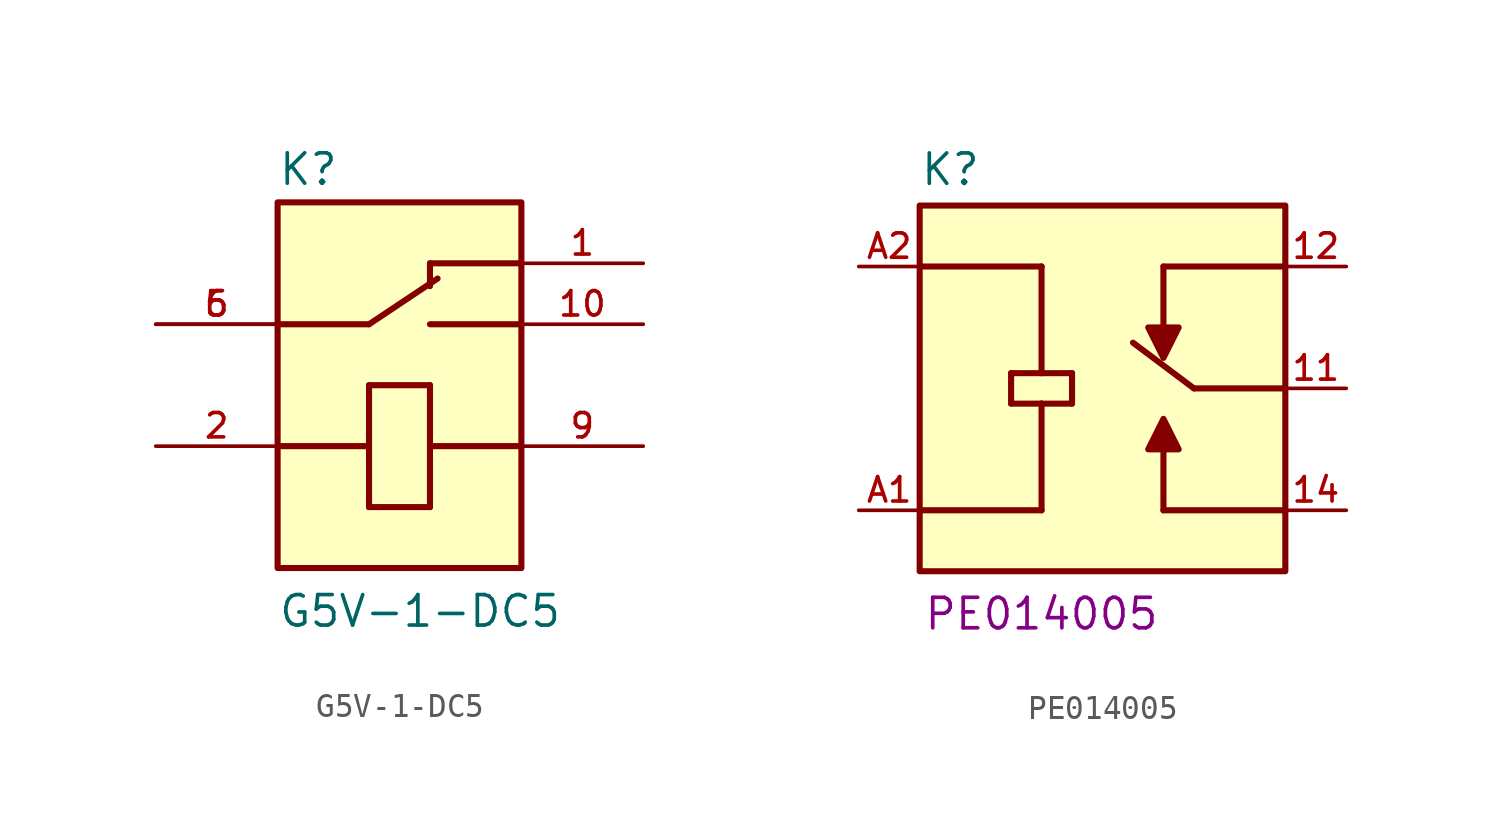
<source format=kicad_sym>
(kicad_symbol_lib
  (version 20241209)
  (generator "kicad_symbol_editor")
  (generator_version "9.0")
  (symbol "G5V-1-DC5"
    (pin_names
      (offset 1.016))
    (property "Reference" "K"
      (at -5.08 8.255 0)
      (effects (font (size 1.27 1.27)) (justify left bottom)))
    (property "Value" "G5V-1-DC5"
      (at -5.08 -10.16 0)
      (effects (font (size 1.27 1.27)) (justify left bottom)))
    (symbol "G5V-1-DC5_0_0"
      (polyline (pts (xy -5.08 2.54) (xy -1.27 2.54)) (stroke (width 0.254) (type default)) (fill (type none)))
      (polyline (pts (xy -5.08 -2.54) (xy -1.27 -2.54)) (stroke (width 0.254) (type default)) (fill (type none)))
      (rectangle (start -5.08 -7.62) (end 5.08 7.62) (stroke (width 0.254) (type default)) (fill (type background)))
      (polyline (pts (xy -1.27 2.54) (xy 1.587 4.445)) (stroke (width 0.254) (type default)) (fill (type none)))
      (polyline (pts (xy -1.27 0) (xy -1.27 -5.08)) (stroke (width 0.254) (type default)) (fill (type none)))
      (polyline (pts (xy -1.27 -5.08) (xy 1.27 -5.08)) (stroke (width 0.254) (type default)) (fill (type none)))
      (polyline (pts (xy 1.27 5.08) (xy 1.27 4.128)) (stroke (width 0.254) (type default)) (fill (type none)))
      (polyline (pts (xy 1.27 2.54) (xy 5.08 2.54)) (stroke (width 0.254) (type default)) (fill (type none)))
      (polyline (pts (xy 1.27 0) (xy -1.27 0)) (stroke (width 0.254) (type default)) (fill (type none)))
      (polyline (pts (xy 1.27 -2.54) (xy 1.27 0)) (stroke (width 0.254) (type default)) (fill (type none)))
      (polyline (pts (xy 1.27 -2.54) (xy 5.08 -2.54)) (stroke (width 0.254) (type default)) (fill (type none)))
      (polyline (pts (xy 1.27 -5.08) (xy 1.27 -2.54)) (stroke (width 0.254) (type default)) (fill (type none)))
      (polyline (pts (xy 5.08 5.08) (xy 1.27 5.08)) (stroke (width 0.254) (type default)) (fill (type none)))
      (pin passive line (at -10.16 2.54 0) (length 5.08) (name "~" (effects (font (size 1.016 1.016)))) (number "5" (effects (font (size 1.016 1.016)))))
      (pin passive line (at -10.16 2.54 0) (length 5.08) (name "~" (effects (font (size 1.016 1.016)))) (number "6" (effects (font (size 1.016 1.016)))))
      (pin passive line (at -10.16 -2.54 0) (length 5.08) (name "~" (effects (font (size 1.016 1.016)))) (number "2" (effects (font (size 1.016 1.016)))))
      (pin passive line (at 10.16 5.08 180) (length 5.08) (name "~" (effects (font (size 1.016 1.016)))) (number "1" (effects (font (size 1.016 1.016)))))
      (pin passive line (at 10.16 2.54 180) (length 5.08) (name "~" (effects (font (size 1.016 1.016)))) (number "10" (effects (font (size 1.016 1.016)))))
      (pin passive line (at 10.16 -2.54 180) (length 5.08) (name "~" (effects (font (size 1.016 1.016)))) (number "9" (effects (font (size 1.016 1.016)))))))
  (symbol "PE014005"
    (pin_names
      (offset 1.016))
    (property "Reference" "K"
      (at -7.62 8.382 0)
      (effects (font (size 1.27 1.27)) (justify left bottom)))
    (property "PartNumber" "PE014005"
      (at -2.54 -9.398 0)
      (effects (font (size 1.27 1.27))))
    (symbol "PE014005_0_0"
      (polyline (pts (xy -7.62 5.08) (xy -2.54 5.08)) (stroke (width 0.254) (type default)) (fill (type none)))
      (polyline (pts (xy -7.62 -5.08) (xy -2.54 -5.08)) (stroke (width 0.254) (type default)) (fill (type none)))
      (rectangle (start -7.62 -7.62) (end 7.62 7.62) (stroke (width 0.254) (type default)) (fill (type background)))
      (polyline (pts (xy -3.81 0.635) (xy -2.54 0.635)) (stroke (width 0.254) (type default)) (fill (type none)))
      (polyline (pts (xy -3.81 -0.635) (xy -3.81 0.635)) (stroke (width 0.254) (type default)) (fill (type none)))
      (polyline (pts (xy -2.54 5.08) (xy -2.54 0.635)) (stroke (width 0.254) (type default)) (fill (type none)))
      (polyline (pts (xy -2.54 0.635) (xy -1.27 0.635)) (stroke (width 0.254) (type default)) (fill (type none)))
      (polyline (pts (xy -2.54 -0.635) (xy -3.81 -0.635)) (stroke (width 0.254) (type default)) (fill (type none)))
      (polyline (pts (xy -2.54 -0.635) (xy -2.54 -5.08)) (stroke (width 0.254) (type default)) (fill (type none)))
      (polyline (pts (xy -1.27 0.635) (xy -1.27 -0.635)) (stroke (width 0.254) (type default)) (fill (type none)))
      (polyline (pts (xy -1.27 -0.635) (xy -2.54 -0.635)) (stroke (width 0.254) (type default)) (fill (type none)))
      (polyline (pts (xy 1.905 -2.54) (xy 3.175 -2.54) (xy 2.54 -1.27) (xy 1.905 -2.54)) (stroke (width 0.254) (type default)) (fill (type outline)))
      (polyline (pts (xy 2.54 5.08) (xy 2.54 2.54)) (stroke (width 0.254) (type default)) (fill (type none)))
      (polyline (pts (xy 2.54 5.08) (xy 7.62 5.08)) (stroke (width 0.254) (type default)) (fill (type none)))
      (polyline (pts (xy 2.54 -5.08) (xy 2.54 -2.54)) (stroke (width 0.254) (type default)) (fill (type none)))
      (polyline (pts (xy 3.175 2.54) (xy 1.905 2.54) (xy 2.54 1.27) (xy 3.175 2.54)) (stroke (width 0.254) (type default)) (fill (type outline)))
      (polyline (pts (xy 3.81 0) (xy 1.27 1.905)) (stroke (width 0.254) (type default)) (fill (type none)))
      (polyline (pts (xy 7.62 0) (xy 3.81 0)) (stroke (width 0.254) (type default)) (fill (type none)))
      (polyline (pts (xy 7.62 -5.08) (xy 2.54 -5.08)) (stroke (width 0.254) (type default)) (fill (type none)))
      (pin passive line (at -10.16 5.08 0) (length 2.54) (name "~" (effects (font (size 1.016 1.016)))) (number "A2" (effects (font (size 1.016 1.016)))))
      (pin passive line (at -10.16 -5.08 0) (length 2.54) (name "~" (effects (font (size 1.016 1.016)))) (number "A1" (effects (font (size 1.016 1.016)))))
      (pin passive line (at 10.16 5.08 180) (length 2.54) (name "~" (effects (font (size 1.016 1.016)))) (number "12" (effects (font (size 1.016 1.016)))))
      (pin passive line (at 10.16 0 180) (length 2.54) (name "~" (effects (font (size 1.016 1.016)))) (number "11" (effects (font (size 1.016 1.016)))))
      (pin passive line (at 10.16 -5.08 180) (length 2.54) (name "~" (effects (font (size 1.016 1.016)))) (number "14" (effects (font (size 1.016 1.016))))))))
</source>
